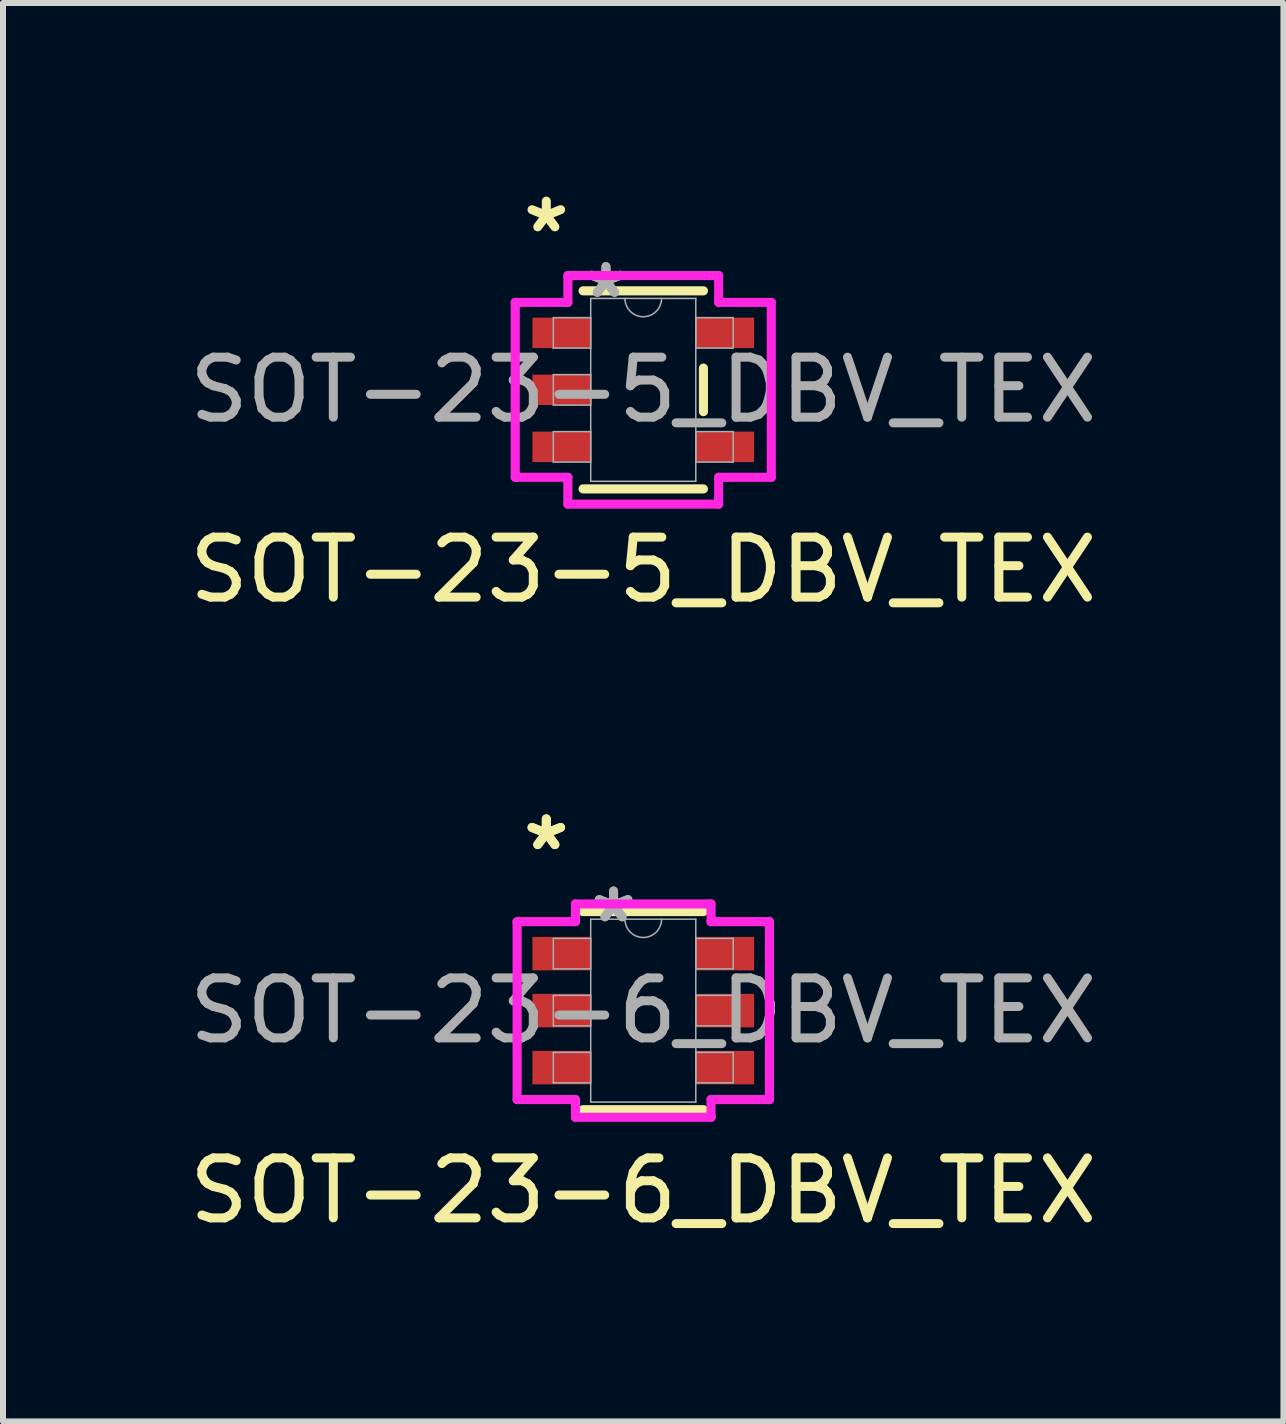
<source format=kicad_pcb>
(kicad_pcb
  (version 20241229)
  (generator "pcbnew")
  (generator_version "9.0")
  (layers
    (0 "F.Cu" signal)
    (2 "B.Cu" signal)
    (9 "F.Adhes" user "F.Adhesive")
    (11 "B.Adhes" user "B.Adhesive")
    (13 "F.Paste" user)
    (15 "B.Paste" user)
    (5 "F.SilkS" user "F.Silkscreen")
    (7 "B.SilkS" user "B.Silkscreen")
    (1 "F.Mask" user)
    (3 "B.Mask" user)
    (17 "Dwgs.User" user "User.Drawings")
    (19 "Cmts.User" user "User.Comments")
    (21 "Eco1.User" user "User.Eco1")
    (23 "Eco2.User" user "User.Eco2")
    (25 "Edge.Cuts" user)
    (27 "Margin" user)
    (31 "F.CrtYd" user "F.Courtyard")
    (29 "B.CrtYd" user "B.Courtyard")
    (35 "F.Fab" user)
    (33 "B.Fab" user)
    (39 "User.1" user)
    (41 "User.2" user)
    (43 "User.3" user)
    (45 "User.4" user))
  (footprint "SOT-23-6_DBV_TEX"
    (layer "F.Cu")
    (at 7.673 13.797)
    (property "Reference" "SOT-23-6_DBV_TEX" (at 0 3 0) (unlocked yes) (layer "F.SilkS") (effects (font (size 1 1) (thickness 0.15))))
    (attr smd)
    (fp_line (start -1.003 1.651) (end 1.003 1.651) (stroke (width 0.152) (type solid)) (layer "F.SilkS"))
    (fp_line (start 1.003 -1.651) (end -1.003 -1.651) (stroke (width 0.152) (type solid)) (layer "F.SilkS"))
    (fp_line (start -2.103 -1.483) (end -1.13 -1.483) (stroke (width 0.152) (type solid)) (layer "F.CrtYd"))
    (fp_line (start -2.103 1.483) (end -2.103 -1.483) (stroke (width 0.152) (type solid)) (layer "F.CrtYd"))
    (fp_line (start -2.103 1.483) (end -1.13 1.483) (stroke (width 0.152) (type solid)) (layer "F.CrtYd"))
    (fp_line (start -1.13 -1.778) (end 1.13 -1.778) (stroke (width 0.152) (type solid)) (layer "F.CrtYd"))
    (fp_line (start -1.13 -1.483) (end -1.13 -1.778) (stroke (width 0.152) (type solid)) (layer "F.CrtYd"))
    (fp_line (start -1.13 1.778) (end -1.13 1.483) (stroke (width 0.152) (type solid)) (layer "F.CrtYd"))
    (fp_line (start 1.13 -1.778) (end 1.13 -1.483) (stroke (width 0.152) (type solid)) (layer "F.CrtYd"))
    (fp_line (start 1.13 1.483) (end 1.13 1.778) (stroke (width 0.152) (type solid)) (layer "F.CrtYd"))
    (fp_line (start 1.13 1.778) (end -1.13 1.778) (stroke (width 0.152) (type solid)) (layer "F.CrtYd"))
    (fp_line (start 2.103 -1.483) (end 1.13 -1.483) (stroke (width 0.152) (type solid)) (layer "F.CrtYd"))
    (fp_line (start 2.103 -1.483) (end 2.103 1.483) (stroke (width 0.152) (type solid)) (layer "F.CrtYd"))
    (fp_line (start 2.103 1.483) (end 1.13 1.483) (stroke (width 0.152) (type solid)) (layer "F.CrtYd"))
    (fp_line (start -1.499 -1.204) (end -1.499 -0.696) (stroke (width 0.025) (type solid)) (layer "F.Fab"))
    (fp_line (start -1.499 -0.696) (end -0.876 -0.696) (stroke (width 0.025) (type solid)) (layer "F.Fab"))
    (fp_line (start -1.499 -0.254) (end -1.499 0.254) (stroke (width 0.025) (type solid)) (layer "F.Fab"))
    (fp_line (start -1.499 0.254) (end -0.876 0.254) (stroke (width 0.025) (type solid)) (layer "F.Fab"))
    (fp_line (start -1.499 0.696) (end -1.499 1.204) (stroke (width 0.025) (type solid)) (layer "F.Fab"))
    (fp_line (start -1.499 1.204) (end -0.876 1.204) (stroke (width 0.025) (type solid)) (layer "F.Fab"))
    (fp_line (start -0.876 -1.524) (end -0.876 1.524) (stroke (width 0.025) (type solid)) (layer "F.Fab"))
    (fp_line (start -0.876 -1.204) (end -1.499 -1.204) (stroke (width 0.025) (type solid)) (layer "F.Fab"))
    (fp_line (start -0.876 -0.696) (end -0.876 -1.204) (stroke (width 0.025) (type solid)) (layer "F.Fab"))
    (fp_line (start -0.876 -0.254) (end -1.499 -0.254) (stroke (width 0.025) (type solid)) (layer "F.Fab"))
    (fp_line (start -0.876 0.254) (end -0.876 -0.254) (stroke (width 0.025) (type solid)) (layer "F.Fab"))
    (fp_line (start -0.876 0.696) (end -1.499 0.696) (stroke (width 0.025) (type solid)) (layer "F.Fab"))
    (fp_line (start -0.876 1.204) (end -0.876 0.696) (stroke (width 0.025) (type solid)) (layer "F.Fab"))
    (fp_line (start -0.876 1.524) (end 0.876 1.524) (stroke (width 0.025) (type solid)) (layer "F.Fab"))
    (fp_line (start 0.876 -1.524) (end -0.876 -1.524) (stroke (width 0.025) (type solid)) (layer "F.Fab"))
    (fp_line (start 0.876 -1.204) (end 0.876 -0.696) (stroke (width 0.025) (type solid)) (layer "F.Fab"))
    (fp_line (start 0.876 -0.696) (end 1.499 -0.696) (stroke (width 0.025) (type solid)) (layer "F.Fab"))
    (fp_line (start 0.876 -0.254) (end 0.876 0.254) (stroke (width 0.025) (type solid)) (layer "F.Fab"))
    (fp_line (start 0.876 0.254) (end 1.499 0.254) (stroke (width 0.025) (type solid)) (layer "F.Fab"))
    (fp_line (start 0.876 0.696) (end 0.876 1.204) (stroke (width 0.025) (type solid)) (layer "F.Fab"))
    (fp_line (start 0.876 1.204) (end 1.499 1.204) (stroke (width 0.025) (type solid)) (layer "F.Fab"))
    (fp_line (start 0.876 1.524) (end 0.876 -1.524) (stroke (width 0.025) (type solid)) (layer "F.Fab"))
    (fp_line (start 1.499 -1.204) (end 0.876 -1.204) (stroke (width 0.025) (type solid)) (layer "F.Fab"))
    (fp_line (start 1.499 -0.696) (end 1.499 -1.204) (stroke (width 0.025) (type solid)) (layer "F.Fab"))
    (fp_line (start 1.499 -0.254) (end 0.876 -0.254) (stroke (width 0.025) (type solid)) (layer "F.Fab"))
    (fp_line (start 1.499 0.254) (end 1.499 -0.254) (stroke (width 0.025) (type solid)) (layer "F.Fab"))
    (fp_line (start 1.499 0.696) (end 0.876 0.696) (stroke (width 0.025) (type solid)) (layer "F.Fab"))
    (fp_line (start 1.499 1.204) (end 1.499 0.696) (stroke (width 0.025) (type solid)) (layer "F.Fab"))
    (fp_arc (start 0.3048 -1.524) (mid 0 -1.2192) (end -0.3048 -1.524) (stroke (width 0.0254) (type solid)) (layer "F.Fab"))
    (fp_text user "*" (at -1.616 -2.651 0) (layer "F.SilkS") (effects (font (size 1 1) (thickness 0.15))))
    (fp_text user "*" (at -1.616 -2.651 0) (unlocked yes) (layer "F.SilkS") (effects (font (size 1 1) (thickness 0.15))))
    (fp_text user "*" (at -0.495 -1.448 0) (layer "F.Fab") (effects (font (size 1 1) (thickness 0.15))))
    (fp_text user "*" (at -0.495 -1.448 0) (unlocked yes) (layer "F.Fab") (effects (font (size 1 1) (thickness 0.15))))
    (fp_text user "${REFERENCE}" (at 0 0 0) (unlocked yes) (layer "F.Fab") (effects (font (size 1 1) (thickness 0.15))))
    (pad "1" smd rect (at -1.362 -0.95) (size 0.972 0.558) (layers "F.Cu" "F.Mask" "F.Paste"))
    (pad "2" smd rect (at -1.362 0) (size 0.972 0.558) (layers "F.Cu" "F.Mask" "F.Paste"))
    (pad "3" smd rect (at -1.362 0.95) (size 0.972 0.558) (layers "F.Cu" "F.Mask" "F.Paste"))
    (pad "4" smd rect (at 1.362 0.95) (size 0.972 0.558) (layers "F.Cu" "F.Mask" "F.Paste"))
    (pad "5" smd rect (at 1.362 0) (size 0.972 0.558) (layers "F.Cu" "F.Mask" "F.Paste"))
    (pad "6" smd rect (at 1.362 -0.95) (size 0.972 0.558) (layers "F.Cu" "F.Mask" "F.Paste")))
  (footprint "SOT-23-5_DBV_TEX"
    (layer "F.Cu")
    (at 7.673 3.449)
    (property "Reference" "SOT-23-5_DBV_TEX" (at 0 3 0) (unlocked yes) (layer "F.SilkS") (effects (font (size 1 1) (thickness 0.15))))
    (attr smd)
    (fp_line (start -1.003 1.651) (end 1.003 1.651) (stroke (width 0.152) (type solid)) (layer "F.SilkS"))
    (fp_line (start 1.003 -1.651) (end -1.003 -1.651) (stroke (width 0.152) (type solid)) (layer "F.SilkS"))
    (fp_line (start 1.003 0.363) (end 1.003 -0.363) (stroke (width 0.152) (type solid)) (layer "F.SilkS"))
    (fp_line (start -2.134 -1.458) (end -1.257 -1.458) (stroke (width 0.152) (type solid)) (layer "F.CrtYd"))
    (fp_line (start -2.134 1.458) (end -2.134 -1.458) (stroke (width 0.152) (type solid)) (layer "F.CrtYd"))
    (fp_line (start -1.257 -1.905) (end 1.257 -1.905) (stroke (width 0.152) (type solid)) (layer "F.CrtYd"))
    (fp_line (start -1.257 -1.458) (end -1.257 -1.905) (stroke (width 0.152) (type solid)) (layer "F.CrtYd"))
    (fp_line (start -1.257 1.458) (end -2.134 1.458) (stroke (width 0.152) (type solid)) (layer "F.CrtYd"))
    (fp_line (start -1.257 1.905) (end -1.257 1.458) (stroke (width 0.152) (type solid)) (layer "F.CrtYd"))
    (fp_line (start 1.257 -1.905) (end 1.257 -1.458) (stroke (width 0.152) (type solid)) (layer "F.CrtYd"))
    (fp_line (start 1.257 -1.458) (end 2.134 -1.458) (stroke (width 0.152) (type solid)) (layer "F.CrtYd"))
    (fp_line (start 1.257 1.458) (end 1.257 1.905) (stroke (width 0.152) (type solid)) (layer "F.CrtYd"))
    (fp_line (start 1.257 1.905) (end -1.257 1.905) (stroke (width 0.152) (type solid)) (layer "F.CrtYd"))
    (fp_line (start 2.134 -1.458) (end 2.134 1.458) (stroke (width 0.152) (type solid)) (layer "F.CrtYd"))
    (fp_line (start 2.134 1.458) (end 1.257 1.458) (stroke (width 0.152) (type solid)) (layer "F.CrtYd"))
    (fp_line (start -1.499 -1.204) (end -1.499 -0.696) (stroke (width 0.025) (type solid)) (layer "F.Fab"))
    (fp_line (start -1.499 -0.696) (end -0.876 -0.696) (stroke (width 0.025) (type solid)) (layer "F.Fab"))
    (fp_line (start -1.499 -0.254) (end -1.499 0.254) (stroke (width 0.025) (type solid)) (layer "F.Fab"))
    (fp_line (start -1.499 0.254) (end -0.876 0.254) (stroke (width 0.025) (type solid)) (layer "F.Fab"))
    (fp_line (start -1.499 0.696) (end -1.499 1.204) (stroke (width 0.025) (type solid)) (layer "F.Fab"))
    (fp_line (start -1.499 1.204) (end -0.876 1.204) (stroke (width 0.025) (type solid)) (layer "F.Fab"))
    (fp_line (start -0.876 -1.524) (end -0.876 1.524) (stroke (width 0.025) (type solid)) (layer "F.Fab"))
    (fp_line (start -0.876 -1.204) (end -1.499 -1.204) (stroke (width 0.025) (type solid)) (layer "F.Fab"))
    (fp_line (start -0.876 -0.696) (end -0.876 -1.204) (stroke (width 0.025) (type solid)) (layer "F.Fab"))
    (fp_line (start -0.876 -0.254) (end -1.499 -0.254) (stroke (width 0.025) (type solid)) (layer "F.Fab"))
    (fp_line (start -0.876 0.254) (end -0.876 -0.254) (stroke (width 0.025) (type solid)) (layer "F.Fab"))
    (fp_line (start -0.876 0.696) (end -1.499 0.696) (stroke (width 0.025) (type solid)) (layer "F.Fab"))
    (fp_line (start -0.876 1.204) (end -0.876 0.696) (stroke (width 0.025) (type solid)) (layer "F.Fab"))
    (fp_line (start -0.876 1.524) (end 0.876 1.524) (stroke (width 0.025) (type solid)) (layer "F.Fab"))
    (fp_line (start 0.876 -1.524) (end -0.876 -1.524) (stroke (width 0.025) (type solid)) (layer "F.Fab"))
    (fp_line (start 0.876 -1.204) (end 0.876 -0.696) (stroke (width 0.025) (type solid)) (layer "F.Fab"))
    (fp_line (start 0.876 -0.696) (end 1.499 -0.696) (stroke (width 0.025) (type solid)) (layer "F.Fab"))
    (fp_line (start 0.876 0.696) (end 0.876 1.204) (stroke (width 0.025) (type solid)) (layer "F.Fab"))
    (fp_line (start 0.876 1.204) (end 1.499 1.204) (stroke (width 0.025) (type solid)) (layer "F.Fab"))
    (fp_line (start 0.876 1.524) (end 0.876 -1.524) (stroke (width 0.025) (type solid)) (layer "F.Fab"))
    (fp_line (start 1.499 -1.204) (end 0.876 -1.204) (stroke (width 0.025) (type solid)) (layer "F.Fab"))
    (fp_line (start 1.499 -0.696) (end 1.499 -1.204) (stroke (width 0.025) (type solid)) (layer "F.Fab"))
    (fp_line (start 1.499 0.696) (end 0.876 0.696) (stroke (width 0.025) (type solid)) (layer "F.Fab"))
    (fp_line (start 1.499 1.204) (end 1.499 0.696) (stroke (width 0.025) (type solid)) (layer "F.Fab"))
    (fp_arc (start 0.3048 -1.524) (mid 0 -1.2192) (end -0.3048 -1.524) (stroke (width 0.0254) (type solid)) (layer "F.Fab"))
    (fp_text user "*" (at -1.616 -2.601 0) (unlocked yes) (layer "F.SilkS") (effects (font (size 1 1) (thickness 0.15))))
    (fp_text user "*" (at -0.622 -1.509 0) (layer "F.Fab") (effects (font (size 1 1) (thickness 0.15))))
    (fp_text user "*" (at -0.622 -1.509 0) (unlocked yes) (layer "F.Fab") (effects (font (size 1 1) (thickness 0.15))))
    (fp_text user "${REFERENCE}" (at 0 0 0) (unlocked yes) (layer "F.Fab") (effects (font (size 1 1) (thickness 0.15))))
    (pad "1" smd rect (at -1.362 -0.95) (size 0.972 0.508) (layers "F.Cu" "F.Mask" "F.Paste"))
    (pad "2" smd rect (at -1.362 0) (size 0.972 0.508) (layers "F.Cu" "F.Mask" "F.Paste"))
    (pad "3" smd rect (at -1.362 0.95) (size 0.972 0.508) (layers "F.Cu" "F.Mask" "F.Paste"))
    (pad "4" smd rect (at 1.362 0.95) (size 0.972 0.508) (layers "F.Cu" "F.Mask" "F.Paste"))
    (pad "5" smd rect (at 1.362 -0.95) (size 0.972 0.508) (layers "F.Cu" "F.Mask" "F.Paste")))
  (gr_rect
    (start -3 -3)
    (end 18.345 20.645)
    (stroke (width 0.1) (type default))
    (fill no)
    (layer "Edge.Cuts")))
</source>
